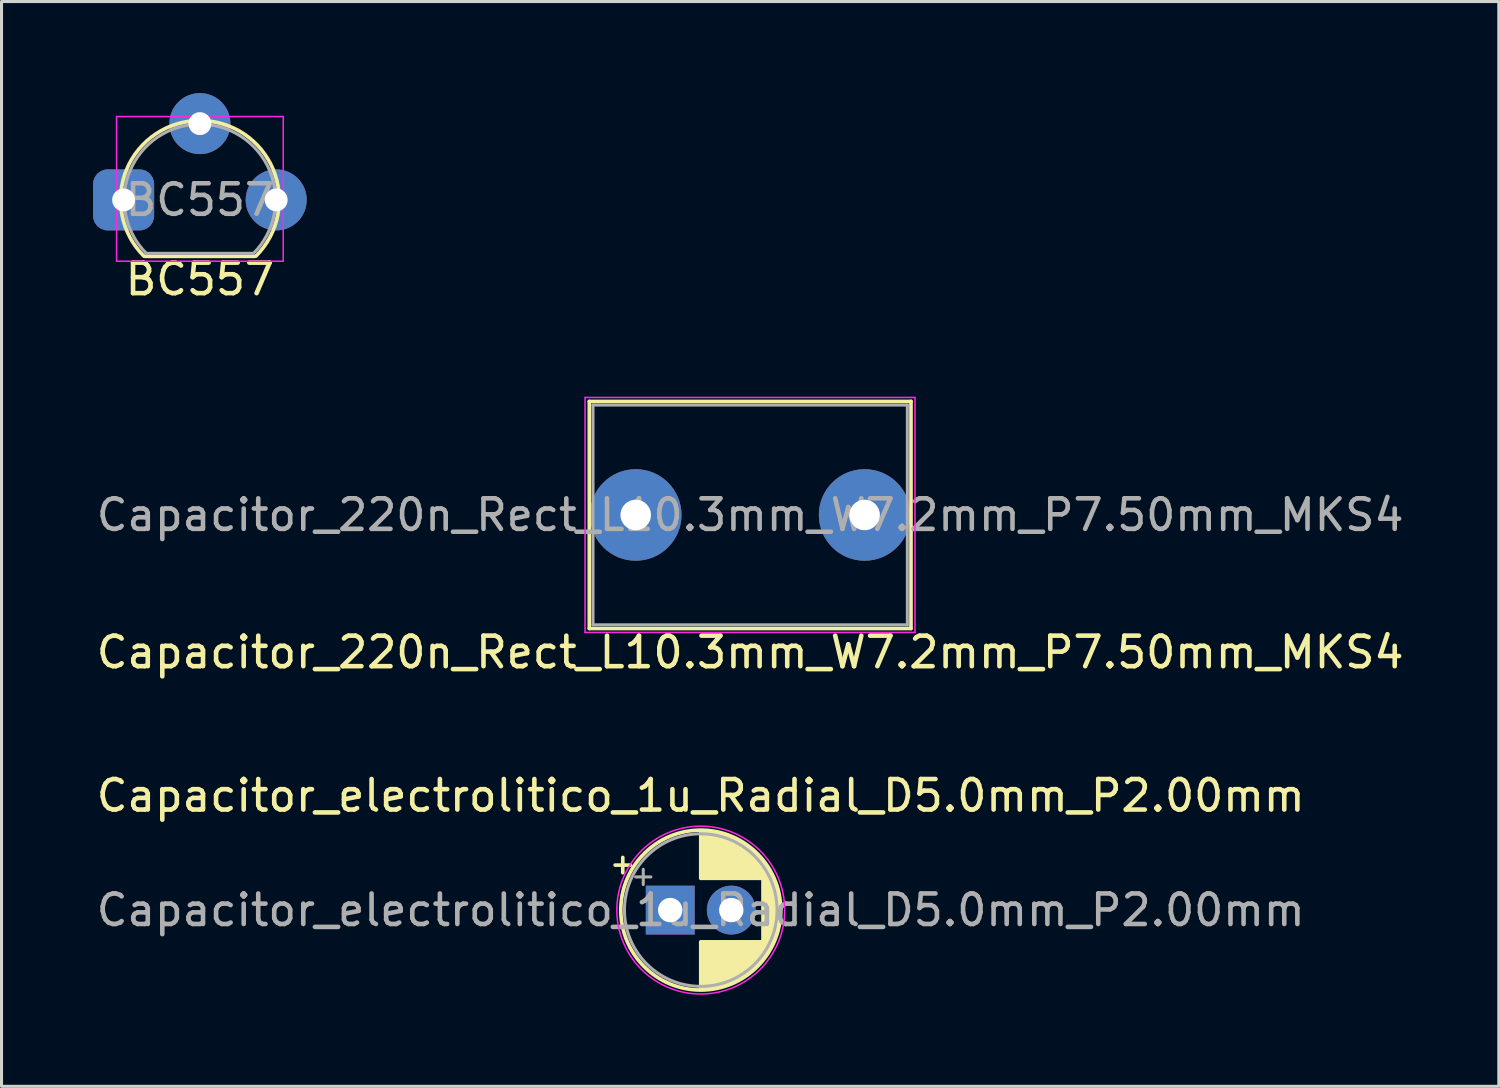
<source format=kicad_pcb>
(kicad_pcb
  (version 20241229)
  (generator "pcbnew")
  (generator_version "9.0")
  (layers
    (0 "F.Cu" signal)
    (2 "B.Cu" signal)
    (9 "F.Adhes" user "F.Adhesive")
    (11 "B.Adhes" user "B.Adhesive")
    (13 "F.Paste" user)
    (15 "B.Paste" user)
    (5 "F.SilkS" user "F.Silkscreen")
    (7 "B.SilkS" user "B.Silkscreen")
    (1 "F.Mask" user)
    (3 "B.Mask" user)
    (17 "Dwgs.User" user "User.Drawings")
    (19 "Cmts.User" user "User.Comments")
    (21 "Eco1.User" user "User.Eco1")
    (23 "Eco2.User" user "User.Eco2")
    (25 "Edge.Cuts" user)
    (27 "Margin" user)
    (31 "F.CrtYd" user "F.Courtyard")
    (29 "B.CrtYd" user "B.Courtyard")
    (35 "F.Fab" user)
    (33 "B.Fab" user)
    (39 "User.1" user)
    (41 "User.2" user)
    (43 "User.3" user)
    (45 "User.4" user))
  (footprint "Capacitor_220n_Rect_L10.3mm_W7.2mm_P7.50mm_MKS4"
    (layer "F.Cu")
    (at 21.53 13.823)
    (property "Reference" "Capacitor_220n_Rect_L10.3mm_W7.2mm_P7.50mm_MKS4" (at 0 4.5 0) (layer "F.SilkS") (effects (font (size 1 1) (thickness 0.15))))
    (attr through_hole)
    (fp_line (start -5.27 -3.72) (end -5.27 3.72) (stroke (width 0.12) (type solid)) (layer "F.SilkS"))
    (fp_line (start -5.27 -3.72) (end 5.27 -3.72) (stroke (width 0.12) (type solid)) (layer "F.SilkS"))
    (fp_line (start -5.27 3.72) (end 5.27 3.72) (stroke (width 0.12) (type solid)) (layer "F.SilkS"))
    (fp_line (start 5.27 -3.72) (end 5.27 3.72) (stroke (width 0.12) (type solid)) (layer "F.SilkS"))
    (fp_line (start -5.41 -3.85) (end -5.41 3.85) (stroke (width 0.05) (type solid)) (layer "F.CrtYd"))
    (fp_line (start -5.41 3.85) (end 5.4 3.85) (stroke (width 0.05) (type solid)) (layer "F.CrtYd"))
    (fp_line (start 5.4 -3.85) (end -5.41 -3.85) (stroke (width 0.05) (type solid)) (layer "F.CrtYd"))
    (fp_line (start 5.4 3.85) (end 5.4 -3.85) (stroke (width 0.05) (type solid)) (layer "F.CrtYd"))
    (fp_line (start -5.15 -3.6) (end -5.15 3.6) (stroke (width 0.1) (type solid)) (layer "F.Fab"))
    (fp_line (start -5.15 3.6) (end 5.15 3.6) (stroke (width 0.1) (type solid)) (layer "F.Fab"))
    (fp_line (start 5.15 -3.6) (end -5.15 -3.6) (stroke (width 0.1) (type solid)) (layer "F.Fab"))
    (fp_line (start 5.15 3.6) (end 5.15 -3.6) (stroke (width 0.1) (type solid)) (layer "F.Fab"))
    (fp_text user "${REFERENCE}" (at 0 0 0) (layer "F.Fab") (effects (font (size 1 1) (thickness 0.15))))
    (pad "1" thru_hole circle (at -3.75 0) (size 3 3) (drill 1) (layers "*.Cu" "*.Mask" "Eco1.User"))
    (pad "2" thru_hole circle (at 3.75 0) (size 3 3) (drill 1) (layers "*.Cu" "*.Mask")))
  (footprint "Capacitor_electrolitico_1u_Radial_D5.0mm_P2.00mm"
    (layer "F.Cu")
    (at 18.911 26.77)
    (property "Reference" "Capacitor_electrolitico_1u_Radial_D5.0mm_P2.00mm" (at 1 -3.75 0) (layer "F.SilkS") (effects (font (size 1 1) (thickness 0.15))))
    (attr through_hole)
    (fp_line (start -1.805 -1.475) (end -1.305 -1.475) (stroke (width 0.12) (type solid)) (layer "F.SilkS"))
    (fp_line (start -1.555 -1.725) (end -1.555 -1.225) (stroke (width 0.12) (type solid)) (layer "F.SilkS"))
    (fp_line (start 1 -2.58) (end 1 -1.04) (stroke (width 0.12) (type solid)) (layer "F.SilkS"))
    (fp_line (start 1 1.04) (end 1 2.58) (stroke (width 0.12) (type solid)) (layer "F.SilkS"))
    (fp_line (start 1.04 -2.58) (end 1.04 -1.04) (stroke (width 0.12) (type solid)) (layer "F.SilkS"))
    (fp_line (start 1.04 1.04) (end 1.04 2.58) (stroke (width 0.12) (type solid)) (layer "F.SilkS"))
    (fp_line (start 1.08 -2.579) (end 1.08 -1.04) (stroke (width 0.12) (type solid)) (layer "F.SilkS"))
    (fp_line (start 1.08 1.04) (end 1.08 2.579) (stroke (width 0.12) (type solid)) (layer "F.SilkS"))
    (fp_line (start 1.12 -2.577) (end 1.12 -1.04) (stroke (width 0.12) (type solid)) (layer "F.SilkS"))
    (fp_line (start 1.12 1.04) (end 1.12 2.577) (stroke (width 0.12) (type solid)) (layer "F.SilkS"))
    (fp_line (start 1.16 -2.575) (end 1.16 -1.04) (stroke (width 0.12) (type solid)) (layer "F.SilkS"))
    (fp_line (start 1.16 1.04) (end 1.16 2.575) (stroke (width 0.12) (type solid)) (layer "F.SilkS"))
    (fp_line (start 1.2 -2.572) (end 1.2 -1.04) (stroke (width 0.12) (type solid)) (layer "F.SilkS"))
    (fp_line (start 1.2 1.04) (end 1.2 2.572) (stroke (width 0.12) (type solid)) (layer "F.SilkS"))
    (fp_line (start 1.24 -2.569) (end 1.24 -1.04) (stroke (width 0.12) (type solid)) (layer "F.SilkS"))
    (fp_line (start 1.24 1.04) (end 1.24 2.569) (stroke (width 0.12) (type solid)) (layer "F.SilkS"))
    (fp_line (start 1.28 -2.565) (end 1.28 -1.04) (stroke (width 0.12) (type solid)) (layer "F.SilkS"))
    (fp_line (start 1.28 1.04) (end 1.28 2.565) (stroke (width 0.12) (type solid)) (layer "F.SilkS"))
    (fp_line (start 1.32 -2.56) (end 1.32 -1.04) (stroke (width 0.12) (type solid)) (layer "F.SilkS"))
    (fp_line (start 1.32 1.04) (end 1.32 2.56) (stroke (width 0.12) (type solid)) (layer "F.SilkS"))
    (fp_line (start 1.36 -2.555) (end 1.36 -1.04) (stroke (width 0.12) (type solid)) (layer "F.SilkS"))
    (fp_line (start 1.36 1.04) (end 1.36 2.555) (stroke (width 0.12) (type solid)) (layer "F.SilkS"))
    (fp_line (start 1.4 -2.549) (end 1.4 -1.04) (stroke (width 0.12) (type solid)) (layer "F.SilkS"))
    (fp_line (start 1.4 1.04) (end 1.4 2.549) (stroke (width 0.12) (type solid)) (layer "F.SilkS"))
    (fp_line (start 1.44 -2.543) (end 1.44 -1.04) (stroke (width 0.12) (type solid)) (layer "F.SilkS"))
    (fp_line (start 1.44 1.04) (end 1.44 2.543) (stroke (width 0.12) (type solid)) (layer "F.SilkS"))
    (fp_line (start 1.48 -2.536) (end 1.48 -1.04) (stroke (width 0.12) (type solid)) (layer "F.SilkS"))
    (fp_line (start 1.48 1.04) (end 1.48 2.536) (stroke (width 0.12) (type solid)) (layer "F.SilkS"))
    (fp_line (start 1.52 -2.528) (end 1.52 -1.04) (stroke (width 0.12) (type solid)) (layer "F.SilkS"))
    (fp_line (start 1.52 1.04) (end 1.52 2.528) (stroke (width 0.12) (type solid)) (layer "F.SilkS"))
    (fp_line (start 1.56 -2.519) (end 1.56 -1.04) (stroke (width 0.12) (type solid)) (layer "F.SilkS"))
    (fp_line (start 1.56 1.04) (end 1.56 2.519) (stroke (width 0.12) (type solid)) (layer "F.SilkS"))
    (fp_line (start 1.6 -2.51) (end 1.6 -1.04) (stroke (width 0.12) (type solid)) (layer "F.SilkS"))
    (fp_line (start 1.6 1.04) (end 1.6 2.51) (stroke (width 0.12) (type solid)) (layer "F.SilkS"))
    (fp_line (start 1.64 -2.501) (end 1.64 -1.04) (stroke (width 0.12) (type solid)) (layer "F.SilkS"))
    (fp_line (start 1.64 1.04) (end 1.64 2.501) (stroke (width 0.12) (type solid)) (layer "F.SilkS"))
    (fp_line (start 1.68 -2.49) (end 1.68 -1.04) (stroke (width 0.12) (type solid)) (layer "F.SilkS"))
    (fp_line (start 1.68 1.04) (end 1.68 2.49) (stroke (width 0.12) (type solid)) (layer "F.SilkS"))
    (fp_line (start 1.72 -2.479) (end 1.72 -1.04) (stroke (width 0.12) (type solid)) (layer "F.SilkS"))
    (fp_line (start 1.72 1.04) (end 1.72 2.479) (stroke (width 0.12) (type solid)) (layer "F.SilkS"))
    (fp_line (start 1.76 -2.467) (end 1.76 -1.04) (stroke (width 0.12) (type solid)) (layer "F.SilkS"))
    (fp_line (start 1.76 1.04) (end 1.76 2.467) (stroke (width 0.12) (type solid)) (layer "F.SilkS"))
    (fp_line (start 1.8 -2.455) (end 1.8 -1.04) (stroke (width 0.12) (type solid)) (layer "F.SilkS"))
    (fp_line (start 1.8 1.04) (end 1.8 2.455) (stroke (width 0.12) (type solid)) (layer "F.SilkS"))
    (fp_line (start 1.84 -2.442) (end 1.84 -1.04) (stroke (width 0.12) (type solid)) (layer "F.SilkS"))
    (fp_line (start 1.84 1.04) (end 1.84 2.442) (stroke (width 0.12) (type solid)) (layer "F.SilkS"))
    (fp_line (start 1.88 -2.428) (end 1.88 -1.04) (stroke (width 0.12) (type solid)) (layer "F.SilkS"))
    (fp_line (start 1.88 1.04) (end 1.88 2.428) (stroke (width 0.12) (type solid)) (layer "F.SilkS"))
    (fp_line (start 1.92 -2.413) (end 1.92 -1.04) (stroke (width 0.12) (type solid)) (layer "F.SilkS"))
    (fp_line (start 1.92 1.04) (end 1.92 2.413) (stroke (width 0.12) (type solid)) (layer "F.SilkS"))
    (fp_line (start 1.96 -2.398) (end 1.96 -1.04) (stroke (width 0.12) (type solid)) (layer "F.SilkS"))
    (fp_line (start 1.96 1.04) (end 1.96 2.398) (stroke (width 0.12) (type solid)) (layer "F.SilkS"))
    (fp_line (start 2 -2.382) (end 2 -1.04) (stroke (width 0.12) (type solid)) (layer "F.SilkS"))
    (fp_line (start 2 1.04) (end 2 2.382) (stroke (width 0.12) (type solid)) (layer "F.SilkS"))
    (fp_line (start 2.04 -2.365) (end 2.04 -1.04) (stroke (width 0.12) (type solid)) (layer "F.SilkS"))
    (fp_line (start 2.04 1.04) (end 2.04 2.365) (stroke (width 0.12) (type solid)) (layer "F.SilkS"))
    (fp_line (start 2.08 -2.347) (end 2.08 -1.04) (stroke (width 0.12) (type solid)) (layer "F.SilkS"))
    (fp_line (start 2.08 1.04) (end 2.08 2.347) (stroke (width 0.12) (type solid)) (layer "F.SilkS"))
    (fp_line (start 2.12 -2.329) (end 2.12 -1.04) (stroke (width 0.12) (type solid)) (layer "F.SilkS"))
    (fp_line (start 2.12 1.04) (end 2.12 2.329) (stroke (width 0.12) (type solid)) (layer "F.SilkS"))
    (fp_line (start 2.16 -2.309) (end 2.16 -1.04) (stroke (width 0.12) (type solid)) (layer "F.SilkS"))
    (fp_line (start 2.16 1.04) (end 2.16 2.309) (stroke (width 0.12) (type solid)) (layer "F.SilkS"))
    (fp_line (start 2.2 -2.289) (end 2.2 -1.04) (stroke (width 0.12) (type solid)) (layer "F.SilkS"))
    (fp_line (start 2.2 1.04) (end 2.2 2.289) (stroke (width 0.12) (type solid)) (layer "F.SilkS"))
    (fp_line (start 2.24 -2.268) (end 2.24 -1.04) (stroke (width 0.12) (type solid)) (layer "F.SilkS"))
    (fp_line (start 2.24 1.04) (end 2.24 2.268) (stroke (width 0.12) (type solid)) (layer "F.SilkS"))
    (fp_line (start 2.28 -2.246) (end 2.28 -1.04) (stroke (width 0.12) (type solid)) (layer "F.SilkS"))
    (fp_line (start 2.28 1.04) (end 2.28 2.246) (stroke (width 0.12) (type solid)) (layer "F.SilkS"))
    (fp_line (start 2.32 -2.223) (end 2.32 -1.04) (stroke (width 0.12) (type solid)) (layer "F.SilkS"))
    (fp_line (start 2.32 1.04) (end 2.32 2.223) (stroke (width 0.12) (type solid)) (layer "F.SilkS"))
    (fp_line (start 2.36 -2.199) (end 2.36 -1.04) (stroke (width 0.12) (type solid)) (layer "F.SilkS"))
    (fp_line (start 2.36 1.04) (end 2.36 2.199) (stroke (width 0.12) (type solid)) (layer "F.SilkS"))
    (fp_line (start 2.4 -2.175) (end 2.4 -1.04) (stroke (width 0.12) (type solid)) (layer "F.SilkS"))
    (fp_line (start 2.4 1.04) (end 2.4 2.175) (stroke (width 0.12) (type solid)) (layer "F.SilkS"))
    (fp_line (start 2.44 -2.149) (end 2.44 -1.04) (stroke (width 0.12) (type solid)) (layer "F.SilkS"))
    (fp_line (start 2.44 1.04) (end 2.44 2.149) (stroke (width 0.12) (type solid)) (layer "F.SilkS"))
    (fp_line (start 2.48 -2.122) (end 2.48 -1.04) (stroke (width 0.12) (type solid)) (layer "F.SilkS"))
    (fp_line (start 2.48 1.04) (end 2.48 2.122) (stroke (width 0.12) (type solid)) (layer "F.SilkS"))
    (fp_line (start 2.52 -2.094) (end 2.52 -1.04) (stroke (width 0.12) (type solid)) (layer "F.SilkS"))
    (fp_line (start 2.52 1.04) (end 2.52 2.094) (stroke (width 0.12) (type solid)) (layer "F.SilkS"))
    (fp_line (start 2.56 -2.065) (end 2.56 -1.04) (stroke (width 0.12) (type solid)) (layer "F.SilkS"))
    (fp_line (start 2.56 1.04) (end 2.56 2.065) (stroke (width 0.12) (type solid)) (layer "F.SilkS"))
    (fp_line (start 2.6 -2.035) (end 2.6 -1.04) (stroke (width 0.12) (type solid)) (layer "F.SilkS"))
    (fp_line (start 2.6 1.04) (end 2.6 2.035) (stroke (width 0.12) (type solid)) (layer "F.SilkS"))
    (fp_line (start 2.64 -2.003) (end 2.64 -1.04) (stroke (width 0.12) (type solid)) (layer "F.SilkS"))
    (fp_line (start 2.64 1.04) (end 2.64 2.003) (stroke (width 0.12) (type solid)) (layer "F.SilkS"))
    (fp_line (start 2.68 -1.97) (end 2.68 -1.04) (stroke (width 0.12) (type solid)) (layer "F.SilkS"))
    (fp_line (start 2.68 1.04) (end 2.68 1.97) (stroke (width 0.12) (type solid)) (layer "F.SilkS"))
    (fp_line (start 2.72 -1.936) (end 2.72 -1.04) (stroke (width 0.12) (type solid)) (layer "F.SilkS"))
    (fp_line (start 2.72 1.04) (end 2.72 1.936) (stroke (width 0.12) (type solid)) (layer "F.SilkS"))
    (fp_line (start 2.76 -1.901) (end 2.76 -1.04) (stroke (width 0.12) (type solid)) (layer "F.SilkS"))
    (fp_line (start 2.76 1.04) (end 2.76 1.901) (stroke (width 0.12) (type solid)) (layer "F.SilkS"))
    (fp_line (start 2.8 -1.864) (end 2.8 -1.04) (stroke (width 0.12) (type solid)) (layer "F.SilkS"))
    (fp_line (start 2.8 1.04) (end 2.8 1.864) (stroke (width 0.12) (type solid)) (layer "F.SilkS"))
    (fp_line (start 2.84 -1.825) (end 2.84 -1.04) (stroke (width 0.12) (type solid)) (layer "F.SilkS"))
    (fp_line (start 2.84 1.04) (end 2.84 1.825) (stroke (width 0.12) (type solid)) (layer "F.SilkS"))
    (fp_line (start 2.88 -1.785) (end 2.88 -1.04) (stroke (width 0.12) (type solid)) (layer "F.SilkS"))
    (fp_line (start 2.88 1.04) (end 2.88 1.785) (stroke (width 0.12) (type solid)) (layer "F.SilkS"))
    (fp_line (start 2.92 -1.743) (end 2.92 -1.04) (stroke (width 0.12) (type solid)) (layer "F.SilkS"))
    (fp_line (start 2.92 1.04) (end 2.92 1.743) (stroke (width 0.12) (type solid)) (layer "F.SilkS"))
    (fp_line (start 2.96 -1.699) (end 2.96 -1.04) (stroke (width 0.12) (type solid)) (layer "F.SilkS"))
    (fp_line (start 2.96 1.04) (end 2.96 1.699) (stroke (width 0.12) (type solid)) (layer "F.SilkS"))
    (fp_line (start 3 -1.652) (end 3 -1.04) (stroke (width 0.12) (type solid)) (layer "F.SilkS"))
    (fp_line (start 3 1.04) (end 3 1.652) (stroke (width 0.12) (type solid)) (layer "F.SilkS"))
    (fp_line (start 3.04 -1.604) (end 3.04 1.604) (stroke (width 0.12) (type solid)) (layer "F.SilkS"))
    (fp_line (start 3.08 -1.553) (end 3.08 1.553) (stroke (width 0.12) (type solid)) (layer "F.SilkS"))
    (fp_line (start 3.12 -1.499) (end 3.12 1.499) (stroke (width 0.12) (type solid)) (layer "F.SilkS"))
    (fp_line (start 3.16 -1.443) (end 3.16 1.443) (stroke (width 0.12) (type solid)) (layer "F.SilkS"))
    (fp_line (start 3.2 -1.383) (end 3.2 1.383) (stroke (width 0.12) (type solid)) (layer "F.SilkS"))
    (fp_line (start 3.24 -1.319) (end 3.24 1.319) (stroke (width 0.12) (type solid)) (layer "F.SilkS"))
    (fp_line (start 3.28 -1.251) (end 3.28 1.251) (stroke (width 0.12) (type solid)) (layer "F.SilkS"))
    (fp_line (start 3.32 -1.177) (end 3.32 1.177) (stroke (width 0.12) (type solid)) (layer "F.SilkS"))
    (fp_line (start 3.36 -1.098) (end 3.36 1.098) (stroke (width 0.12) (type solid)) (layer "F.SilkS"))
    (fp_line (start 3.4 -1.011) (end 3.4 1.011) (stroke (width 0.12) (type solid)) (layer "F.SilkS"))
    (fp_line (start 3.44 -0.914) (end 3.44 0.914) (stroke (width 0.12) (type solid)) (layer "F.SilkS"))
    (fp_line (start 3.48 -0.805) (end 3.48 0.805) (stroke (width 0.12) (type solid)) (layer "F.SilkS"))
    (fp_line (start 3.52 -0.677) (end 3.52 0.677) (stroke (width 0.12) (type solid)) (layer "F.SilkS"))
    (fp_line (start 3.56 -0.517) (end 3.56 0.517) (stroke (width 0.12) (type solid)) (layer "F.SilkS"))
    (fp_line (start 3.6 -0.283) (end 3.6 0.283) (stroke (width 0.12) (type solid)) (layer "F.SilkS"))
    (fp_circle (center 1 0) (end 3.62 0) (stroke (width 0.12) (type solid)) (fill no) (layer "F.SilkS"))
    (fp_circle (center 1 0) (end 3.75 0) (stroke (width 0.05) (type solid)) (fill no) (layer "F.CrtYd"))
    (fp_line (start -1.134 -1.087) (end -0.634 -1.087) (stroke (width 0.1) (type solid)) (layer "F.Fab"))
    (fp_line (start -0.884 -1.337) (end -0.884 -0.838) (stroke (width 0.1) (type solid)) (layer "F.Fab"))
    (fp_circle (center 1 0) (end 3.5 0) (stroke (width 0.1) (type solid)) (fill no) (layer "F.Fab"))
    (fp_text user "${REFERENCE}" (at 1 0 0) (layer "F.Fab") (effects (font (size 1 1) (thickness 0.15))))
    (pad "1" thru_hole rect (at 0 0) (size 1.6 1.6) (drill 0.8) (layers "*.Cu" "*.Mask"))
    (pad "2" thru_hole circle (at 2 0) (size 1.6 1.6) (drill 0.8) (layers "*.Cu" "*.Mask")))
  (footprint "BC557"
    (layer "F.Cu")
    (at 3.5 3.5)
    (property "Reference" "BC557" (at 0 2.6 0) (layer "F.SilkS") (effects (font (size 1 1) (thickness 0.15))))
    (attr through_hole)
    (fp_line (start -1.8 1.85) (end 1.8 1.85) (stroke (width 0.12) (type solid)) (layer "F.SilkS"))
    (fp_arc (start -1.838478 1.838478) (mid -2.402087 -0.994977) (end 0 -2.6) (stroke (width 0.12) (type solid)) (layer "F.SilkS"))
    (fp_arc (start 0 -2.6) (mid 2.402087 -0.994977) (end 1.838478 1.838478) (stroke (width 0.12) (type solid)) (layer "F.SilkS"))
    (fp_line (start -2.73 -2.73) (end -2.73 2.01) (stroke (width 0.05) (type solid)) (layer "F.CrtYd"))
    (fp_line (start -2.73 -2.73) (end 2.73 -2.73) (stroke (width 0.05) (type solid)) (layer "F.CrtYd"))
    (fp_line (start 2.73 2.01) (end -2.73 2.01) (stroke (width 0.05) (type solid)) (layer "F.CrtYd"))
    (fp_line (start 2.73 2.01) (end 2.73 -2.73) (stroke (width 0.05) (type solid)) (layer "F.CrtYd"))
    (fp_line (start -1.77 1.75) (end 1.73 1.75) (stroke (width 0.1) (type solid)) (layer "F.Fab"))
    (fp_arc (start -1.753625 1.753625) (mid -2.291221 -0.949055) (end 0 -2.48) (stroke (width 0.1) (type solid)) (layer "F.Fab"))
    (fp_arc (start 0 -2.48) (mid 2.291221 -0.949055) (end 1.753625 1.753625) (stroke (width 0.1) (type solid)) (layer "F.Fab"))
    (fp_text user "${REFERENCE}" (at 0 0 0) (layer "F.Fab") (effects (font (size 1 1) (thickness 0.15))))
    (pad "1" thru_hole roundrect (at -2.5 0) (size 2 2) (drill 0.75) (layers "*.Cu" "*.Mask") (roundrect_rratio 0.238))
    (pad "2" thru_hole circle (at 0 -2.5) (size 2 2) (drill 0.75) (layers "*.Cu" "*.Mask"))
    (pad "3" thru_hole circle (at 2.5 0) (size 2 2) (drill 0.75) (layers "*.Cu" "*.Mask")))
  (gr_rect
    (start -3 -3)
    (end 46.06 32.545)
    (stroke (width 0.1) (type default))
    (fill no)
    (layer "Edge.Cuts")))
</source>
